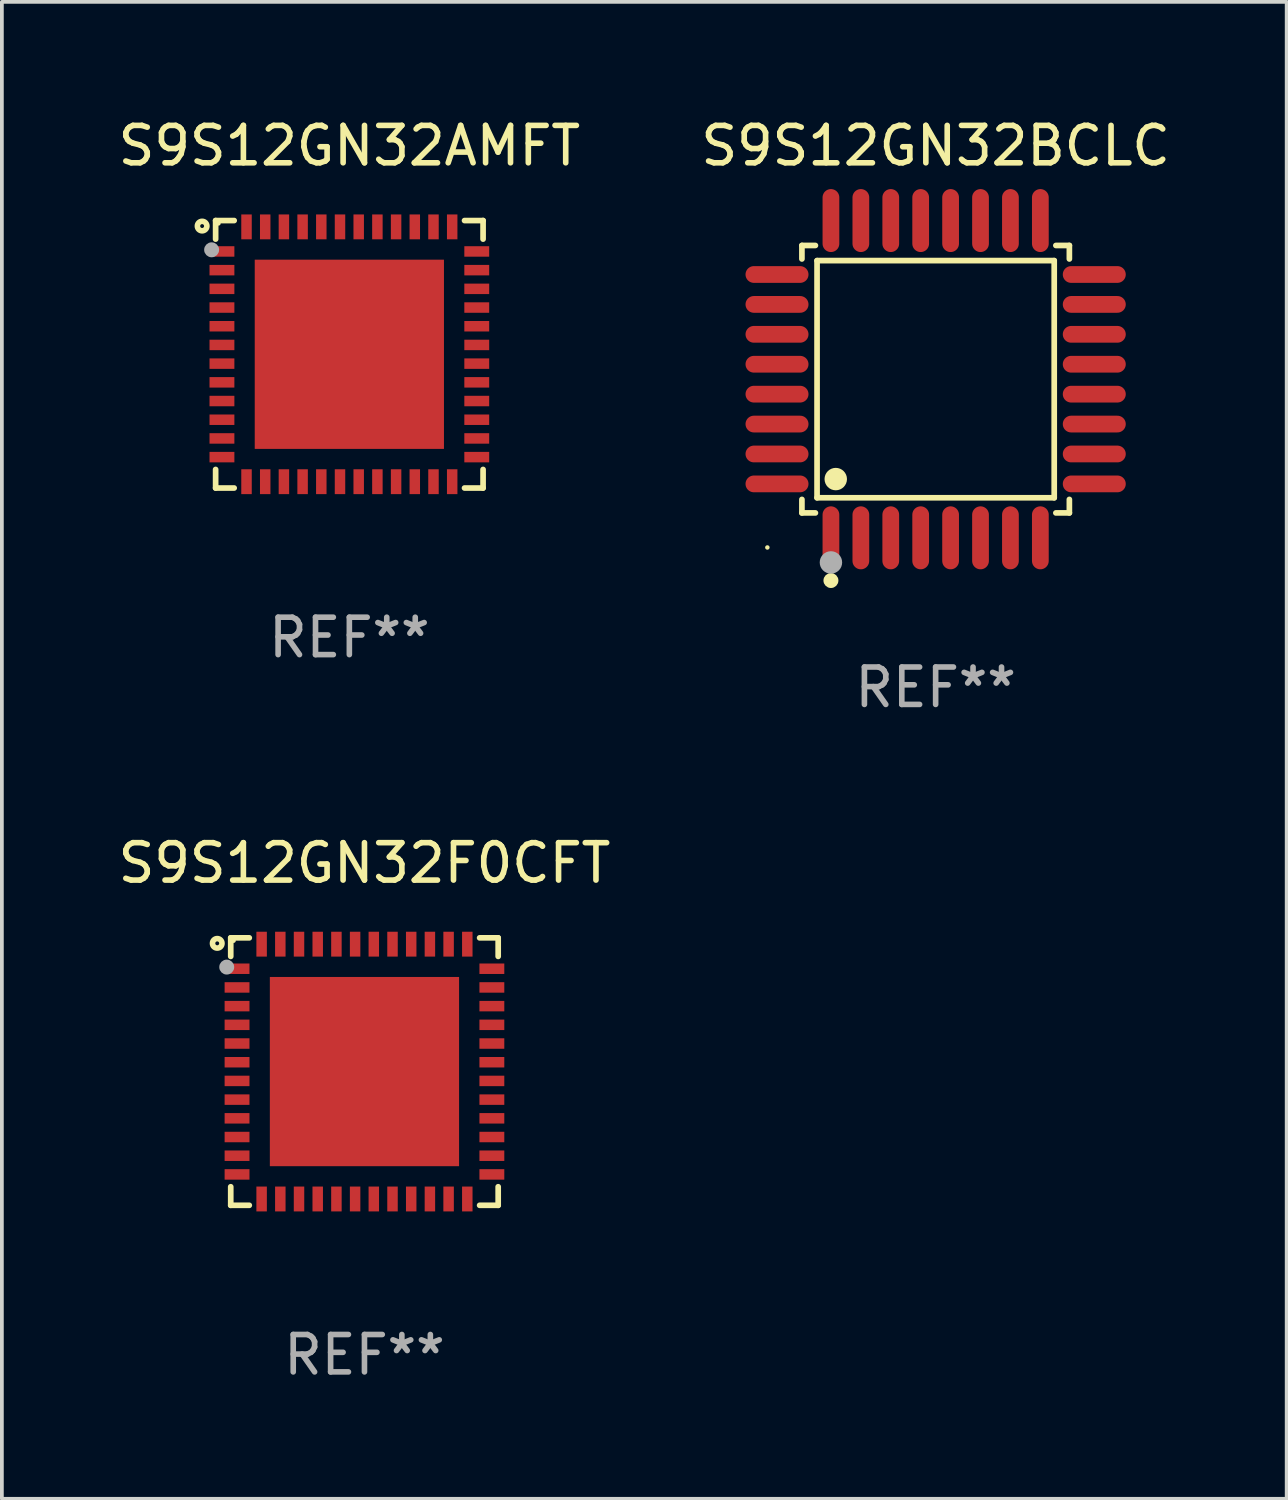
<source format=kicad_pcb>
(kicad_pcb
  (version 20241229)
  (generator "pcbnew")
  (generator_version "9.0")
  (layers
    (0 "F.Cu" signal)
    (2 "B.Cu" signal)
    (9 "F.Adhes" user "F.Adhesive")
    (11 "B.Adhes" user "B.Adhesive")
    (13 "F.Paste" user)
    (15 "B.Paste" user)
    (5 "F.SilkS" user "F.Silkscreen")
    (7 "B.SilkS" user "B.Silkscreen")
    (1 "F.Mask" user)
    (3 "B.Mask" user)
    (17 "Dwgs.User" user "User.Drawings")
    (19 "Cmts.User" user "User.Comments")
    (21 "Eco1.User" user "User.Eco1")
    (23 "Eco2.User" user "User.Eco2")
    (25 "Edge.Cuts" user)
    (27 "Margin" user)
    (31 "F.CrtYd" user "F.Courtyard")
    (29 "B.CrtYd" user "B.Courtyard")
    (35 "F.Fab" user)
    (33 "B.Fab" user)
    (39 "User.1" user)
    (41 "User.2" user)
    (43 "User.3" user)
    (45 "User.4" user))
  (footprint "S9S12GN32F0CFT"
    (layer "F.Cu")
    (at 6.696 25.605)
    (property "Reference" "S9S12GN32F0CFT" (at 0 -5.576 0) (layer "F.SilkS") (effects (font (size 1 1) (thickness 0.15))))
    (attr through_hole)
    (fp_line (start -3.576 -3.576) (end -3.576 -3.08) (stroke (width 0.152) (type solid)) (layer "F.SilkS"))
    (fp_line (start -3.576 3.576) (end -3.576 3.08) (stroke (width 0.152) (type solid)) (layer "F.SilkS"))
    (fp_line (start -3.08 -3.576) (end -3.576 -3.576) (stroke (width 0.152) (type solid)) (layer "F.SilkS"))
    (fp_line (start -3.08 3.576) (end -3.576 3.576) (stroke (width 0.152) (type solid)) (layer "F.SilkS"))
    (fp_line (start 3.08 -3.576) (end 3.576 -3.576) (stroke (width 0.152) (type solid)) (layer "F.SilkS"))
    (fp_line (start 3.08 3.576) (end 3.576 3.576) (stroke (width 0.152) (type solid)) (layer "F.SilkS"))
    (fp_line (start 3.576 -3.576) (end 3.576 -3.08) (stroke (width 0.152) (type solid)) (layer "F.SilkS"))
    (fp_line (start 3.576 3.576) (end 3.576 3.08) (stroke (width 0.152) (type solid)) (layer "F.SilkS"))
    (fp_circle (center -3.937 -3.429) (end -3.81 -3.429) (stroke (width 0.15) (type solid)) (fill no) (layer "F.SilkS"))
    (fp_circle (center -3.5 -3.5) (end -3.47 -3.5) (stroke (width 0.06) (type solid)) (fill no) (layer "F.SilkS"))
    (fp_circle (center -3.683 -2.794) (end -3.583 -2.794) (stroke (width 0.2) (type solid)) (fill no) (layer "F.Fab"))
    (fp_text user "REF**" (at 0 7.576 0) (layer "F.Fab") (effects (font (size 1 1) (thickness 0.15))))
    (pad "1" smd rect (at -3.407 -2.75) (size 0.665 0.28) (layers "F.Cu" "F.Mask" "F.Paste"))
    (pad "2" smd rect (at -3.407 -2.25) (size 0.665 0.28) (layers "F.Cu" "F.Mask" "F.Paste"))
    (pad "3" smd rect (at -3.407 -1.75) (size 0.665 0.28) (layers "F.Cu" "F.Mask" "F.Paste"))
    (pad "4" smd rect (at -3.407 -1.25) (size 0.665 0.28) (layers "F.Cu" "F.Mask" "F.Paste"))
    (pad "5" smd rect (at -3.407 -0.75) (size 0.665 0.28) (layers "F.Cu" "F.Mask" "F.Paste"))
    (pad "6" smd rect (at -3.407 -0.25) (size 0.665 0.28) (layers "F.Cu" "F.Mask" "F.Paste"))
    (pad "7" smd rect (at -3.407 0.25) (size 0.665 0.28) (layers "F.Cu" "F.Mask" "F.Paste"))
    (pad "8" smd rect (at -3.407 0.75) (size 0.665 0.28) (layers "F.Cu" "F.Mask" "F.Paste"))
    (pad "9" smd rect (at -3.407 1.25) (size 0.665 0.28) (layers "F.Cu" "F.Mask" "F.Paste"))
    (pad "10" smd rect (at -3.407 1.75) (size 0.665 0.28) (layers "F.Cu" "F.Mask" "F.Paste"))
    (pad "11" smd rect (at -3.407 2.25) (size 0.665 0.28) (layers "F.Cu" "F.Mask" "F.Paste"))
    (pad "12" smd rect (at -3.407 2.75) (size 0.665 0.28) (layers "F.Cu" "F.Mask" "F.Paste"))
    (pad "13" smd rect (at -2.75 3.407) (size 0.28 0.665) (layers "F.Cu" "F.Mask" "F.Paste"))
    (pad "14" smd rect (at -2.25 3.407) (size 0.28 0.665) (layers "F.Cu" "F.Mask" "F.Paste"))
    (pad "15" smd rect (at -1.75 3.407) (size 0.28 0.665) (layers "F.Cu" "F.Mask" "F.Paste"))
    (pad "16" smd rect (at -1.25 3.407) (size 0.28 0.665) (layers "F.Cu" "F.Mask" "F.Paste"))
    (pad "17" smd rect (at -0.75 3.407) (size 0.28 0.665) (layers "F.Cu" "F.Mask" "F.Paste"))
    (pad "18" smd rect (at -0.25 3.407) (size 0.28 0.665) (layers "F.Cu" "F.Mask" "F.Paste"))
    (pad "19" smd rect (at 0.25 3.407) (size 0.28 0.665) (layers "F.Cu" "F.Mask" "F.Paste"))
    (pad "20" smd rect (at 0.75 3.407) (size 0.28 0.665) (layers "F.Cu" "F.Mask" "F.Paste"))
    (pad "21" smd rect (at 1.25 3.407) (size 0.28 0.665) (layers "F.Cu" "F.Mask" "F.Paste"))
    (pad "22" smd rect (at 1.75 3.407) (size 0.28 0.665) (layers "F.Cu" "F.Mask" "F.Paste"))
    (pad "23" smd rect (at 2.25 3.407) (size 0.28 0.665) (layers "F.Cu" "F.Mask" "F.Paste"))
    (pad "24" smd rect (at 2.75 3.407) (size 0.28 0.665) (layers "F.Cu" "F.Mask" "F.Paste"))
    (pad "25" smd rect (at 3.407 2.75) (size 0.665 0.28) (layers "F.Cu" "F.Mask" "F.Paste"))
    (pad "26" smd rect (at 3.407 2.25) (size 0.665 0.28) (layers "F.Cu" "F.Mask" "F.Paste"))
    (pad "27" smd rect (at 3.407 1.75) (size 0.665 0.28) (layers "F.Cu" "F.Mask" "F.Paste"))
    (pad "28" smd rect (at 3.407 1.25) (size 0.665 0.28) (layers "F.Cu" "F.Mask" "F.Paste"))
    (pad "29" smd rect (at 3.407 0.75) (size 0.665 0.28) (layers "F.Cu" "F.Mask" "F.Paste"))
    (pad "30" smd rect (at 3.407 0.25) (size 0.665 0.28) (layers "F.Cu" "F.Mask" "F.Paste"))
    (pad "31" smd rect (at 3.407 -0.25) (size 0.665 0.28) (layers "F.Cu" "F.Mask" "F.Paste"))
    (pad "32" smd rect (at 3.407 -0.75) (size 0.665 0.28) (layers "F.Cu" "F.Mask" "F.Paste"))
    (pad "33" smd rect (at 3.407 -1.25) (size 0.665 0.28) (layers "F.Cu" "F.Mask" "F.Paste"))
    (pad "34" smd rect (at 3.407 -1.75) (size 0.665 0.28) (layers "F.Cu" "F.Mask" "F.Paste"))
    (pad "35" smd rect (at 3.407 -2.25) (size 0.665 0.28) (layers "F.Cu" "F.Mask" "F.Paste"))
    (pad "36" smd rect (at 3.407 -2.75) (size 0.665 0.28) (layers "F.Cu" "F.Mask" "F.Paste"))
    (pad "37" smd rect (at 2.75 -3.407) (size 0.28 0.665) (layers "F.Cu" "F.Mask" "F.Paste"))
    (pad "38" smd rect (at 2.25 -3.407) (size 0.28 0.665) (layers "F.Cu" "F.Mask" "F.Paste"))
    (pad "39" smd rect (at 1.75 -3.407) (size 0.28 0.665) (layers "F.Cu" "F.Mask" "F.Paste"))
    (pad "40" smd rect (at 1.25 -3.407) (size 0.28 0.665) (layers "F.Cu" "F.Mask" "F.Paste"))
    (pad "41" smd rect (at 0.75 -3.407) (size 0.28 0.665) (layers "F.Cu" "F.Mask" "F.Paste"))
    (pad "42" smd rect (at 0.25 -3.407) (size 0.28 0.665) (layers "F.Cu" "F.Mask" "F.Paste"))
    (pad "43" smd rect (at -0.25 -3.407) (size 0.28 0.665) (layers "F.Cu" "F.Mask" "F.Paste"))
    (pad "44" smd rect (at -0.75 -3.407) (size 0.28 0.665) (layers "F.Cu" "F.Mask" "F.Paste"))
    (pad "45" smd rect (at -1.25 -3.407) (size 0.28 0.665) (layers "F.Cu" "F.Mask" "F.Paste"))
    (pad "46" smd rect (at -1.75 -3.407) (size 0.28 0.665) (layers "F.Cu" "F.Mask" "F.Paste"))
    (pad "47" smd rect (at -2.25 -3.407) (size 0.28 0.665) (layers "F.Cu" "F.Mask" "F.Paste"))
    (pad "48" smd rect (at -2.75 -3.407) (size 0.28 0.665) (layers "F.Cu" "F.Mask" "F.Paste"))
    (pad "49" smd rect (at 0 0) (size 5.06 5.06) (layers "F.Cu" "F.Mask" "F.Paste")))
  (footprint "S9S12GN32AMFT"
    (layer "F.Cu")
    (at 6.292 6.424)
    (property "Reference" "S9S12GN32AMFT" (at 0 -5.576 0) (layer "F.SilkS") (effects (font (size 1 1) (thickness 0.15))))
    (attr through_hole)
    (fp_line (start -3.576 -3.576) (end -3.576 -3.08) (stroke (width 0.152) (type solid)) (layer "F.SilkS"))
    (fp_line (start -3.576 3.576) (end -3.576 3.08) (stroke (width 0.152) (type solid)) (layer "F.SilkS"))
    (fp_line (start -3.08 -3.576) (end -3.576 -3.576) (stroke (width 0.152) (type solid)) (layer "F.SilkS"))
    (fp_line (start -3.08 3.576) (end -3.576 3.576) (stroke (width 0.152) (type solid)) (layer "F.SilkS"))
    (fp_line (start 3.08 -3.576) (end 3.576 -3.576) (stroke (width 0.152) (type solid)) (layer "F.SilkS"))
    (fp_line (start 3.08 3.576) (end 3.576 3.576) (stroke (width 0.152) (type solid)) (layer "F.SilkS"))
    (fp_line (start 3.576 -3.576) (end 3.576 -3.08) (stroke (width 0.152) (type solid)) (layer "F.SilkS"))
    (fp_line (start 3.576 3.576) (end 3.576 3.08) (stroke (width 0.152) (type solid)) (layer "F.SilkS"))
    (fp_circle (center -3.937 -3.429) (end -3.81 -3.429) (stroke (width 0.15) (type solid)) (fill no) (layer "F.SilkS"))
    (fp_circle (center -3.5 -3.5) (end -3.47 -3.5) (stroke (width 0.06) (type solid)) (fill no) (layer "F.SilkS"))
    (fp_circle (center -3.683 -2.794) (end -3.583 -2.794) (stroke (width 0.2) (type solid)) (fill no) (layer "F.Fab"))
    (fp_text user "REF**" (at 0 7.576 0) (layer "F.Fab") (effects (font (size 1 1) (thickness 0.15))))
    (pad "1" smd rect (at -3.407 -2.75) (size 0.665 0.28) (layers "F.Cu" "F.Mask" "F.Paste"))
    (pad "2" smd rect (at -3.407 -2.25) (size 0.665 0.28) (layers "F.Cu" "F.Mask" "F.Paste"))
    (pad "3" smd rect (at -3.407 -1.75) (size 0.665 0.28) (layers "F.Cu" "F.Mask" "F.Paste"))
    (pad "4" smd rect (at -3.407 -1.25) (size 0.665 0.28) (layers "F.Cu" "F.Mask" "F.Paste"))
    (pad "5" smd rect (at -3.407 -0.75) (size 0.665 0.28) (layers "F.Cu" "F.Mask" "F.Paste"))
    (pad "6" smd rect (at -3.407 -0.25) (size 0.665 0.28) (layers "F.Cu" "F.Mask" "F.Paste"))
    (pad "7" smd rect (at -3.407 0.25) (size 0.665 0.28) (layers "F.Cu" "F.Mask" "F.Paste"))
    (pad "8" smd rect (at -3.407 0.75) (size 0.665 0.28) (layers "F.Cu" "F.Mask" "F.Paste"))
    (pad "9" smd rect (at -3.407 1.25) (size 0.665 0.28) (layers "F.Cu" "F.Mask" "F.Paste"))
    (pad "10" smd rect (at -3.407 1.75) (size 0.665 0.28) (layers "F.Cu" "F.Mask" "F.Paste"))
    (pad "11" smd rect (at -3.407 2.25) (size 0.665 0.28) (layers "F.Cu" "F.Mask" "F.Paste"))
    (pad "12" smd rect (at -3.407 2.75) (size 0.665 0.28) (layers "F.Cu" "F.Mask" "F.Paste"))
    (pad "13" smd rect (at -2.75 3.407) (size 0.28 0.665) (layers "F.Cu" "F.Mask" "F.Paste"))
    (pad "14" smd rect (at -2.25 3.407) (size 0.28 0.665) (layers "F.Cu" "F.Mask" "F.Paste"))
    (pad "15" smd rect (at -1.75 3.407) (size 0.28 0.665) (layers "F.Cu" "F.Mask" "F.Paste"))
    (pad "16" smd rect (at -1.25 3.407) (size 0.28 0.665) (layers "F.Cu" "F.Mask" "F.Paste"))
    (pad "17" smd rect (at -0.75 3.407) (size 0.28 0.665) (layers "F.Cu" "F.Mask" "F.Paste"))
    (pad "18" smd rect (at -0.25 3.407) (size 0.28 0.665) (layers "F.Cu" "F.Mask" "F.Paste"))
    (pad "19" smd rect (at 0.25 3.407) (size 0.28 0.665) (layers "F.Cu" "F.Mask" "F.Paste"))
    (pad "20" smd rect (at 0.75 3.407) (size 0.28 0.665) (layers "F.Cu" "F.Mask" "F.Paste"))
    (pad "21" smd rect (at 1.25 3.407) (size 0.28 0.665) (layers "F.Cu" "F.Mask" "F.Paste"))
    (pad "22" smd rect (at 1.75 3.407) (size 0.28 0.665) (layers "F.Cu" "F.Mask" "F.Paste"))
    (pad "23" smd rect (at 2.25 3.407) (size 0.28 0.665) (layers "F.Cu" "F.Mask" "F.Paste"))
    (pad "24" smd rect (at 2.75 3.407) (size 0.28 0.665) (layers "F.Cu" "F.Mask" "F.Paste"))
    (pad "25" smd rect (at 3.407 2.75) (size 0.665 0.28) (layers "F.Cu" "F.Mask" "F.Paste"))
    (pad "26" smd rect (at 3.407 2.25) (size 0.665 0.28) (layers "F.Cu" "F.Mask" "F.Paste"))
    (pad "27" smd rect (at 3.407 1.75) (size 0.665 0.28) (layers "F.Cu" "F.Mask" "F.Paste"))
    (pad "28" smd rect (at 3.407 1.25) (size 0.665 0.28) (layers "F.Cu" "F.Mask" "F.Paste"))
    (pad "29" smd rect (at 3.407 0.75) (size 0.665 0.28) (layers "F.Cu" "F.Mask" "F.Paste"))
    (pad "30" smd rect (at 3.407 0.25) (size 0.665 0.28) (layers "F.Cu" "F.Mask" "F.Paste"))
    (pad "31" smd rect (at 3.407 -0.25) (size 0.665 0.28) (layers "F.Cu" "F.Mask" "F.Paste"))
    (pad "32" smd rect (at 3.407 -0.75) (size 0.665 0.28) (layers "F.Cu" "F.Mask" "F.Paste"))
    (pad "33" smd rect (at 3.407 -1.25) (size 0.665 0.28) (layers "F.Cu" "F.Mask" "F.Paste"))
    (pad "34" smd rect (at 3.407 -1.75) (size 0.665 0.28) (layers "F.Cu" "F.Mask" "F.Paste"))
    (pad "35" smd rect (at 3.407 -2.25) (size 0.665 0.28) (layers "F.Cu" "F.Mask" "F.Paste"))
    (pad "36" smd rect (at 3.407 -2.75) (size 0.665 0.28) (layers "F.Cu" "F.Mask" "F.Paste"))
    (pad "37" smd rect (at 2.75 -3.407) (size 0.28 0.665) (layers "F.Cu" "F.Mask" "F.Paste"))
    (pad "38" smd rect (at 2.25 -3.407) (size 0.28 0.665) (layers "F.Cu" "F.Mask" "F.Paste"))
    (pad "39" smd rect (at 1.75 -3.407) (size 0.28 0.665) (layers "F.Cu" "F.Mask" "F.Paste"))
    (pad "40" smd rect (at 1.25 -3.407) (size 0.28 0.665) (layers "F.Cu" "F.Mask" "F.Paste"))
    (pad "41" smd rect (at 0.75 -3.407) (size 0.28 0.665) (layers "F.Cu" "F.Mask" "F.Paste"))
    (pad "42" smd rect (at 0.25 -3.407) (size 0.28 0.665) (layers "F.Cu" "F.Mask" "F.Paste"))
    (pad "43" smd rect (at -0.25 -3.407) (size 0.28 0.665) (layers "F.Cu" "F.Mask" "F.Paste"))
    (pad "44" smd rect (at -0.75 -3.407) (size 0.28 0.665) (layers "F.Cu" "F.Mask" "F.Paste"))
    (pad "45" smd rect (at -1.25 -3.407) (size 0.28 0.665) (layers "F.Cu" "F.Mask" "F.Paste"))
    (pad "46" smd rect (at -1.75 -3.407) (size 0.28 0.665) (layers "F.Cu" "F.Mask" "F.Paste"))
    (pad "47" smd rect (at -2.25 -3.407) (size 0.28 0.665) (layers "F.Cu" "F.Mask" "F.Paste"))
    (pad "48" smd rect (at -2.75 -3.407) (size 0.28 0.665) (layers "F.Cu" "F.Mask" "F.Paste"))
    (pad "49" smd rect (at 0 0) (size 5.06 5.06) (layers "F.Cu" "F.Mask" "F.Paste")))
  (footprint "S9S12GN32BCLC"
    (layer "F.Cu")
    (at 21.97 7.09)
    (property "Reference" "S9S12GN32BCLC" (at 0 -6.242 0) (layer "F.SilkS") (effects (font (size 1 1) (thickness 0.15))))
    (attr through_hole)
    (fp_line (start -3.576 -3.576) (end -3.215 -3.576) (stroke (width 0.152) (type solid)) (layer "F.SilkS"))
    (fp_line (start -3.576 -3.215) (end -3.576 -3.576) (stroke (width 0.152) (type solid)) (layer "F.SilkS"))
    (fp_line (start -3.576 3.215) (end -3.576 3.576) (stroke (width 0.152) (type solid)) (layer "F.SilkS"))
    (fp_line (start -3.576 3.576) (end -3.215 3.576) (stroke (width 0.152) (type solid)) (layer "F.SilkS"))
    (fp_line (start -3.171 -3.171) (end 3.171 -3.171) (stroke (width 0.152) (type solid)) (layer "F.SilkS"))
    (fp_line (start -3.171 3.171) (end -3.171 -3.171) (stroke (width 0.152) (type solid)) (layer "F.SilkS"))
    (fp_line (start 3.171 -3.171) (end 3.171 3.171) (stroke (width 0.152) (type solid)) (layer "F.SilkS"))
    (fp_line (start 3.171 3.171) (end -3.171 3.171) (stroke (width 0.152) (type solid)) (layer "F.SilkS"))
    (fp_line (start 3.576 -3.576) (end 3.215 -3.576) (stroke (width 0.152) (type solid)) (layer "F.SilkS"))
    (fp_line (start 3.576 -3.215) (end 3.576 -3.576) (stroke (width 0.152) (type solid)) (layer "F.SilkS"))
    (fp_line (start 3.576 3.215) (end 3.576 3.576) (stroke (width 0.152) (type solid)) (layer "F.SilkS"))
    (fp_line (start 3.576 3.576) (end 3.215 3.576) (stroke (width 0.152) (type solid)) (layer "F.SilkS"))
    (fp_circle (center -4.5 4.5) (end -4.47 4.5) (stroke (width 0.06) (type solid)) (fill no) (layer "F.SilkS"))
    (fp_circle (center -2.8 5.384) (end -2.7 5.384) (stroke (width 0.2) (type solid)) (fill no) (layer "F.SilkS"))
    (fp_circle (center -2.671 2.671) (end -2.521 2.671) (stroke (width 0.3) (type solid)) (fill no) (layer "F.SilkS"))
    (fp_circle (center -2.8 4.9) (end -2.65 4.9) (stroke (width 0.3) (type solid)) (fill no) (layer "F.Fab"))
    (fp_text user "REF**" (at 0 8.242 0) (layer "F.Fab") (effects (font (size 1 1) (thickness 0.15))))
    (pad "1" smd oval (at -2.8 4.242) (size 0.448 1.684) (layers "F.Cu" "F.Mask" "F.Paste"))
    (pad "2" smd oval (at -2 4.242) (size 0.448 1.684) (layers "F.Cu" "F.Mask" "F.Paste"))
    (pad "3" smd oval (at -1.2 4.242) (size 0.448 1.684) (layers "F.Cu" "F.Mask" "F.Paste"))
    (pad "4" smd oval (at -0.4 4.242) (size 0.448 1.684) (layers "F.Cu" "F.Mask" "F.Paste"))
    (pad "5" smd oval (at 0.4 4.242) (size 0.448 1.684) (layers "F.Cu" "F.Mask" "F.Paste"))
    (pad "6" smd oval (at 1.2 4.242) (size 0.448 1.684) (layers "F.Cu" "F.Mask" "F.Paste"))
    (pad "7" smd oval (at 2 4.242) (size 0.448 1.684) (layers "F.Cu" "F.Mask" "F.Paste"))
    (pad "8" smd oval (at 2.8 4.242) (size 0.448 1.684) (layers "F.Cu" "F.Mask" "F.Paste"))
    (pad "9" smd oval (at 4.242 2.8) (size 1.684 0.448) (layers "F.Cu" "F.Mask" "F.Paste"))
    (pad "10" smd oval (at 4.242 2) (size 1.684 0.448) (layers "F.Cu" "F.Mask" "F.Paste"))
    (pad "11" smd oval (at 4.242 1.2) (size 1.684 0.448) (layers "F.Cu" "F.Mask" "F.Paste"))
    (pad "12" smd oval (at 4.242 0.4) (size 1.684 0.448) (layers "F.Cu" "F.Mask" "F.Paste"))
    (pad "13" smd oval (at 4.242 -0.4) (size 1.684 0.448) (layers "F.Cu" "F.Mask" "F.Paste"))
    (pad "14" smd oval (at 4.242 -1.2) (size 1.684 0.448) (layers "F.Cu" "F.Mask" "F.Paste"))
    (pad "15" smd oval (at 4.242 -2) (size 1.684 0.448) (layers "F.Cu" "F.Mask" "F.Paste"))
    (pad "16" smd oval (at 4.242 -2.8) (size 1.684 0.448) (layers "F.Cu" "F.Mask" "F.Paste"))
    (pad "17" smd oval (at 2.8 -4.242) (size 0.448 1.684) (layers "F.Cu" "F.Mask" "F.Paste"))
    (pad "18" smd oval (at 2 -4.242) (size 0.448 1.684) (layers "F.Cu" "F.Mask" "F.Paste"))
    (pad "19" smd oval (at 1.2 -4.242) (size 0.448 1.684) (layers "F.Cu" "F.Mask" "F.Paste"))
    (pad "20" smd oval (at 0.4 -4.242) (size 0.448 1.684) (layers "F.Cu" "F.Mask" "F.Paste"))
    (pad "21" smd oval (at -0.4 -4.242) (size 0.448 1.684) (layers "F.Cu" "F.Mask" "F.Paste"))
    (pad "22" smd oval (at -1.2 -4.242) (size 0.448 1.684) (layers "F.Cu" "F.Mask" "F.Paste"))
    (pad "23" smd oval (at -2 -4.242) (size 0.448 1.684) (layers "F.Cu" "F.Mask" "F.Paste"))
    (pad "24" smd oval (at -2.8 -4.242) (size 0.448 1.684) (layers "F.Cu" "F.Mask" "F.Paste"))
    (pad "25" smd oval (at -4.242 -2.8) (size 1.684 0.448) (layers "F.Cu" "F.Mask" "F.Paste"))
    (pad "26" smd oval (at -4.242 -2) (size 1.684 0.448) (layers "F.Cu" "F.Mask" "F.Paste"))
    (pad "27" smd oval (at -4.242 -1.2) (size 1.684 0.448) (layers "F.Cu" "F.Mask" "F.Paste"))
    (pad "28" smd oval (at -4.242 -0.4) (size 1.684 0.448) (layers "F.Cu" "F.Mask" "F.Paste"))
    (pad "29" smd oval (at -4.242 0.4) (size 1.684 0.448) (layers "F.Cu" "F.Mask" "F.Paste"))
    (pad "30" smd oval (at -4.242 1.2) (size 1.684 0.448) (layers "F.Cu" "F.Mask" "F.Paste"))
    (pad "31" smd oval (at -4.242 2) (size 1.684 0.448) (layers "F.Cu" "F.Mask" "F.Paste"))
    (pad "32" smd oval (at -4.242 2.8) (size 1.684 0.448) (layers "F.Cu" "F.Mask" "F.Paste")))
  (gr_rect
    (start -3 -3)
    (end 31.357 37.03)
    (stroke (width 0.1) (type default))
    (fill no)
    (layer "Edge.Cuts")))
</source>
